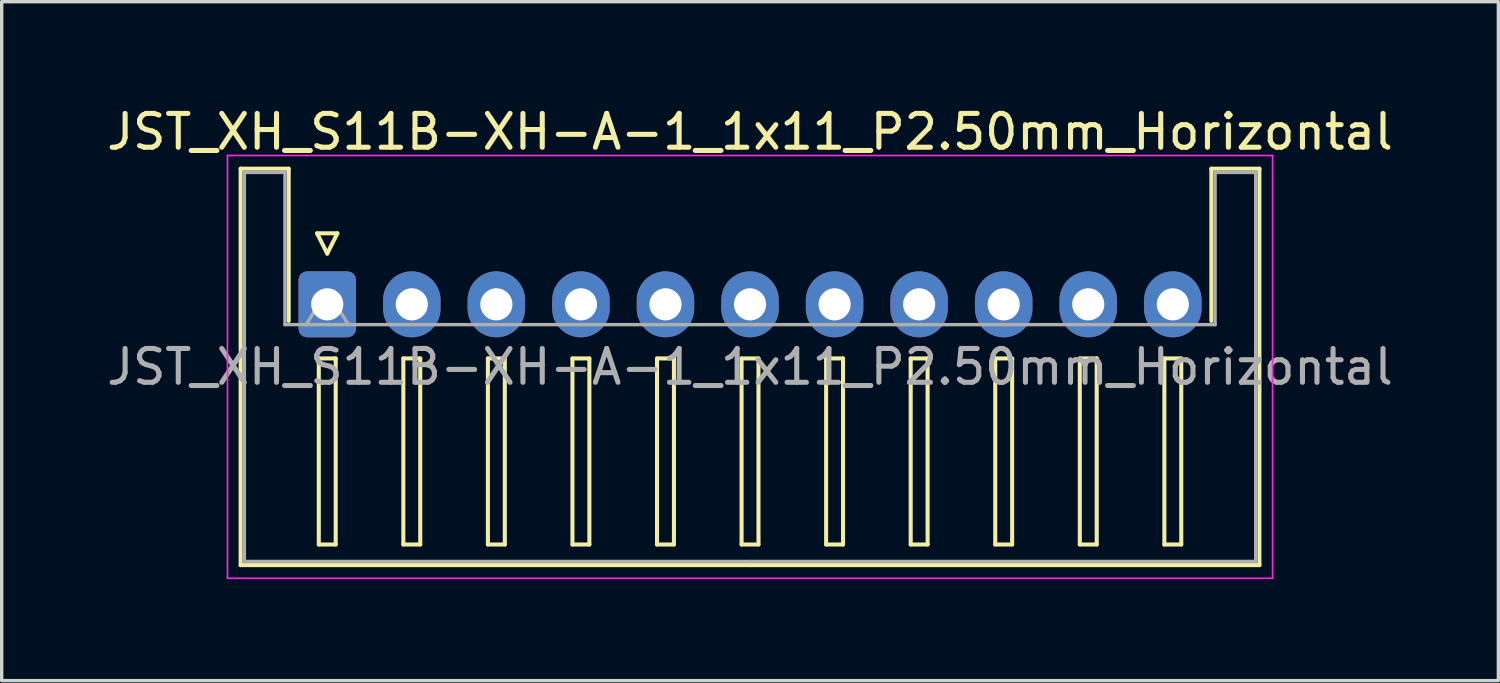
<source format=kicad_pcb>
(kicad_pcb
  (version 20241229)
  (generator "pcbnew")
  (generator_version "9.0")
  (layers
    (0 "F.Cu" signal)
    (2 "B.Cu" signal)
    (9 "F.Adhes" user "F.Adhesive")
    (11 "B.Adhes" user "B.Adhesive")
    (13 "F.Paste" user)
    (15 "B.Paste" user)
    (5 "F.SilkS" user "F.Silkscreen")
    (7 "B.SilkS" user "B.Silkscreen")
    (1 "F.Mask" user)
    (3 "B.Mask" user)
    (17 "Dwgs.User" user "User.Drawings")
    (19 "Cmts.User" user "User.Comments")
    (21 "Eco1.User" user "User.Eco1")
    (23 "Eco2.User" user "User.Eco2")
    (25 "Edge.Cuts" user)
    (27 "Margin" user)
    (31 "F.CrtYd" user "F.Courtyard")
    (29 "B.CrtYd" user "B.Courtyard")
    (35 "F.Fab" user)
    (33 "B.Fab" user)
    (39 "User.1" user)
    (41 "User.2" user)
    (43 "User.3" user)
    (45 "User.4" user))
  (footprint "JST_XH_S11B-XH-A-1_1x11_P2.50mm_Horizontal"
    (layer "F.Cu")
    (at 6.625 5.948)
    (property "Reference" "JST_XH_S11B-XH-A-1_1x11_P2.50mm_Horizontal" (at 12.5 -5.1 0) (layer "F.SilkS") (effects (font (size 1 1) (thickness 0.15))))
    (attr through_hole)
    (fp_line (start -2.56 -4.01) (end -1.14 -4.01) (stroke (width 0.12) (type solid)) (layer "F.SilkS"))
    (fp_line (start -2.56 7.71) (end -2.56 -4.01) (stroke (width 0.12) (type solid)) (layer "F.SilkS"))
    (fp_line (start -1.14 -4.01) (end -1.14 0.49) (stroke (width 0.12) (type solid)) (layer "F.SilkS"))
    (fp_line (start -0.3 -2.1) (end 0.3 -2.1) (stroke (width 0.12) (type solid)) (layer "F.SilkS"))
    (fp_line (start -0.25 1.6) (end -0.25 7.1) (stroke (width 0.12) (type solid)) (layer "F.SilkS"))
    (fp_line (start -0.25 7.1) (end 0.25 7.1) (stroke (width 0.12) (type solid)) (layer "F.SilkS"))
    (fp_line (start 0 -1.5) (end -0.3 -2.1) (stroke (width 0.12) (type solid)) (layer "F.SilkS"))
    (fp_line (start 0.25 1.6) (end -0.25 1.6) (stroke (width 0.12) (type solid)) (layer "F.SilkS"))
    (fp_line (start 0.25 7.1) (end 0.25 1.6) (stroke (width 0.12) (type solid)) (layer "F.SilkS"))
    (fp_line (start 0.3 -2.1) (end 0 -1.5) (stroke (width 0.12) (type solid)) (layer "F.SilkS"))
    (fp_line (start 2.25 1.6) (end 2.25 7.1) (stroke (width 0.12) (type solid)) (layer "F.SilkS"))
    (fp_line (start 2.25 7.1) (end 2.75 7.1) (stroke (width 0.12) (type solid)) (layer "F.SilkS"))
    (fp_line (start 2.75 1.6) (end 2.25 1.6) (stroke (width 0.12) (type solid)) (layer "F.SilkS"))
    (fp_line (start 2.75 7.1) (end 2.75 1.6) (stroke (width 0.12) (type solid)) (layer "F.SilkS"))
    (fp_line (start 4.75 1.6) (end 4.75 7.1) (stroke (width 0.12) (type solid)) (layer "F.SilkS"))
    (fp_line (start 4.75 7.1) (end 5.25 7.1) (stroke (width 0.12) (type solid)) (layer "F.SilkS"))
    (fp_line (start 5.25 1.6) (end 4.75 1.6) (stroke (width 0.12) (type solid)) (layer "F.SilkS"))
    (fp_line (start 5.25 7.1) (end 5.25 1.6) (stroke (width 0.12) (type solid)) (layer "F.SilkS"))
    (fp_line (start 7.25 1.6) (end 7.25 7.1) (stroke (width 0.12) (type solid)) (layer "F.SilkS"))
    (fp_line (start 7.25 7.1) (end 7.75 7.1) (stroke (width 0.12) (type solid)) (layer "F.SilkS"))
    (fp_line (start 7.75 1.6) (end 7.25 1.6) (stroke (width 0.12) (type solid)) (layer "F.SilkS"))
    (fp_line (start 7.75 7.1) (end 7.75 1.6) (stroke (width 0.12) (type solid)) (layer "F.SilkS"))
    (fp_line (start 9.75 1.6) (end 9.75 7.1) (stroke (width 0.12) (type solid)) (layer "F.SilkS"))
    (fp_line (start 9.75 7.1) (end 10.25 7.1) (stroke (width 0.12) (type solid)) (layer "F.SilkS"))
    (fp_line (start 10.25 1.6) (end 9.75 1.6) (stroke (width 0.12) (type solid)) (layer "F.SilkS"))
    (fp_line (start 10.25 7.1) (end 10.25 1.6) (stroke (width 0.12) (type solid)) (layer "F.SilkS"))
    (fp_line (start 12.25 1.6) (end 12.25 7.1) (stroke (width 0.12) (type solid)) (layer "F.SilkS"))
    (fp_line (start 12.25 7.1) (end 12.75 7.1) (stroke (width 0.12) (type solid)) (layer "F.SilkS"))
    (fp_line (start 12.5 7.71) (end -2.56 7.71) (stroke (width 0.12) (type solid)) (layer "F.SilkS"))
    (fp_line (start 12.5 7.71) (end 27.56 7.71) (stroke (width 0.12) (type solid)) (layer "F.SilkS"))
    (fp_line (start 12.75 1.6) (end 12.25 1.6) (stroke (width 0.12) (type solid)) (layer "F.SilkS"))
    (fp_line (start 12.75 7.1) (end 12.75 1.6) (stroke (width 0.12) (type solid)) (layer "F.SilkS"))
    (fp_line (start 14.75 1.6) (end 14.75 7.1) (stroke (width 0.12) (type solid)) (layer "F.SilkS"))
    (fp_line (start 14.75 7.1) (end 15.25 7.1) (stroke (width 0.12) (type solid)) (layer "F.SilkS"))
    (fp_line (start 15.25 1.6) (end 14.75 1.6) (stroke (width 0.12) (type solid)) (layer "F.SilkS"))
    (fp_line (start 15.25 7.1) (end 15.25 1.6) (stroke (width 0.12) (type solid)) (layer "F.SilkS"))
    (fp_line (start 17.25 1.6) (end 17.25 7.1) (stroke (width 0.12) (type solid)) (layer "F.SilkS"))
    (fp_line (start 17.25 7.1) (end 17.75 7.1) (stroke (width 0.12) (type solid)) (layer "F.SilkS"))
    (fp_line (start 17.75 1.6) (end 17.25 1.6) (stroke (width 0.12) (type solid)) (layer "F.SilkS"))
    (fp_line (start 17.75 7.1) (end 17.75 1.6) (stroke (width 0.12) (type solid)) (layer "F.SilkS"))
    (fp_line (start 19.75 1.6) (end 19.75 7.1) (stroke (width 0.12) (type solid)) (layer "F.SilkS"))
    (fp_line (start 19.75 7.1) (end 20.25 7.1) (stroke (width 0.12) (type solid)) (layer "F.SilkS"))
    (fp_line (start 20.25 1.6) (end 19.75 1.6) (stroke (width 0.12) (type solid)) (layer "F.SilkS"))
    (fp_line (start 20.25 7.1) (end 20.25 1.6) (stroke (width 0.12) (type solid)) (layer "F.SilkS"))
    (fp_line (start 22.25 1.6) (end 22.25 7.1) (stroke (width 0.12) (type solid)) (layer "F.SilkS"))
    (fp_line (start 22.25 7.1) (end 22.75 7.1) (stroke (width 0.12) (type solid)) (layer "F.SilkS"))
    (fp_line (start 22.75 1.6) (end 22.25 1.6) (stroke (width 0.12) (type solid)) (layer "F.SilkS"))
    (fp_line (start 22.75 7.1) (end 22.75 1.6) (stroke (width 0.12) (type solid)) (layer "F.SilkS"))
    (fp_line (start 24.75 1.6) (end 24.75 7.1) (stroke (width 0.12) (type solid)) (layer "F.SilkS"))
    (fp_line (start 24.75 7.1) (end 25.25 7.1) (stroke (width 0.12) (type solid)) (layer "F.SilkS"))
    (fp_line (start 25.25 1.6) (end 24.75 1.6) (stroke (width 0.12) (type solid)) (layer "F.SilkS"))
    (fp_line (start 25.25 7.1) (end 25.25 1.6) (stroke (width 0.12) (type solid)) (layer "F.SilkS"))
    (fp_line (start 26.14 -4.01) (end 26.14 0.49) (stroke (width 0.12) (type solid)) (layer "F.SilkS"))
    (fp_line (start 27.56 -4.01) (end 26.14 -4.01) (stroke (width 0.12) (type solid)) (layer "F.SilkS"))
    (fp_line (start 27.56 7.71) (end 27.56 -4.01) (stroke (width 0.12) (type solid)) (layer "F.SilkS"))
    (fp_line (start -2.95 -4.4) (end -2.95 8.1) (stroke (width 0.05) (type solid)) (layer "F.CrtYd"))
    (fp_line (start -2.95 8.1) (end 27.95 8.1) (stroke (width 0.05) (type solid)) (layer "F.CrtYd"))
    (fp_line (start 27.95 -4.4) (end -2.95 -4.4) (stroke (width 0.05) (type solid)) (layer "F.CrtYd"))
    (fp_line (start 27.95 8.1) (end 27.95 -4.4) (stroke (width 0.05) (type solid)) (layer "F.CrtYd"))
    (fp_line (start -2.45 -3.9) (end -1.25 -3.9) (stroke (width 0.1) (type solid)) (layer "F.Fab"))
    (fp_line (start -2.45 7.6) (end -2.45 -3.9) (stroke (width 0.1) (type solid)) (layer "F.Fab"))
    (fp_line (start -1.25 -3.9) (end -1.25 0.6) (stroke (width 0.1) (type solid)) (layer "F.Fab"))
    (fp_line (start -1.25 0.6) (end 12.5 0.6) (stroke (width 0.1) (type solid)) (layer "F.Fab"))
    (fp_line (start -0.625 0.6) (end 0 -0.4) (stroke (width 0.1) (type solid)) (layer "F.Fab"))
    (fp_line (start 0 -0.4) (end 0.625 0.6) (stroke (width 0.1) (type solid)) (layer "F.Fab"))
    (fp_line (start 12.5 7.6) (end -2.45 7.6) (stroke (width 0.1) (type solid)) (layer "F.Fab"))
    (fp_line (start 12.5 7.6) (end 27.45 7.6) (stroke (width 0.1) (type solid)) (layer "F.Fab"))
    (fp_line (start 26.25 -3.9) (end 26.25 0.6) (stroke (width 0.1) (type solid)) (layer "F.Fab"))
    (fp_line (start 26.25 0.6) (end 12.5 0.6) (stroke (width 0.1) (type solid)) (layer "F.Fab"))
    (fp_line (start 27.45 -3.9) (end 26.25 -3.9) (stroke (width 0.1) (type solid)) (layer "F.Fab"))
    (fp_line (start 27.45 7.6) (end 27.45 -3.9) (stroke (width 0.1) (type solid)) (layer "F.Fab"))
    (fp_text user "${REFERENCE}" (at 12.5 1.85 0) (layer "F.Fab") (effects (font (size 1 1) (thickness 0.15))))
    (pad "1" thru_hole roundrect (at 0 0) (size 1.7 1.95) (drill 0.95) (layers "*.Cu" "*.Mask") (roundrect_rratio 0.147))
    (pad "2" thru_hole oval (at 2.5 0) (size 1.7 1.95) (drill 0.95) (layers "*.Cu" "*.Mask"))
    (pad "3" thru_hole oval (at 5 0) (size 1.7 1.95) (drill 0.95) (layers "*.Cu" "*.Mask"))
    (pad "4" thru_hole oval (at 7.5 0) (size 1.7 1.95) (drill 0.95) (layers "*.Cu" "*.Mask"))
    (pad "5" thru_hole oval (at 10 0) (size 1.7 1.95) (drill 0.95) (layers "*.Cu" "*.Mask"))
    (pad "6" thru_hole oval (at 12.5 0) (size 1.7 1.95) (drill 0.95) (layers "*.Cu" "*.Mask"))
    (pad "7" thru_hole oval (at 15 0) (size 1.7 1.95) (drill 0.95) (layers "*.Cu" "*.Mask"))
    (pad "8" thru_hole oval (at 17.5 0) (size 1.7 1.95) (drill 0.95) (layers "*.Cu" "*.Mask"))
    (pad "9" thru_hole oval (at 20 0) (size 1.7 1.95) (drill 0.95) (layers "*.Cu" "*.Mask"))
    (pad "10" thru_hole oval (at 22.5 0) (size 1.7 1.95) (drill 0.95) (layers "*.Cu" "*.Mask"))
    (pad "11" thru_hole oval (at 25 0) (size 1.7 1.95) (drill 0.95) (layers "*.Cu" "*.Mask")))
  (gr_rect
    (start -3 -3)
    (end 41.25 17.073)
    (stroke (width 0.1) (type default))
    (fill no)
    (layer "Edge.Cuts")))
</source>
